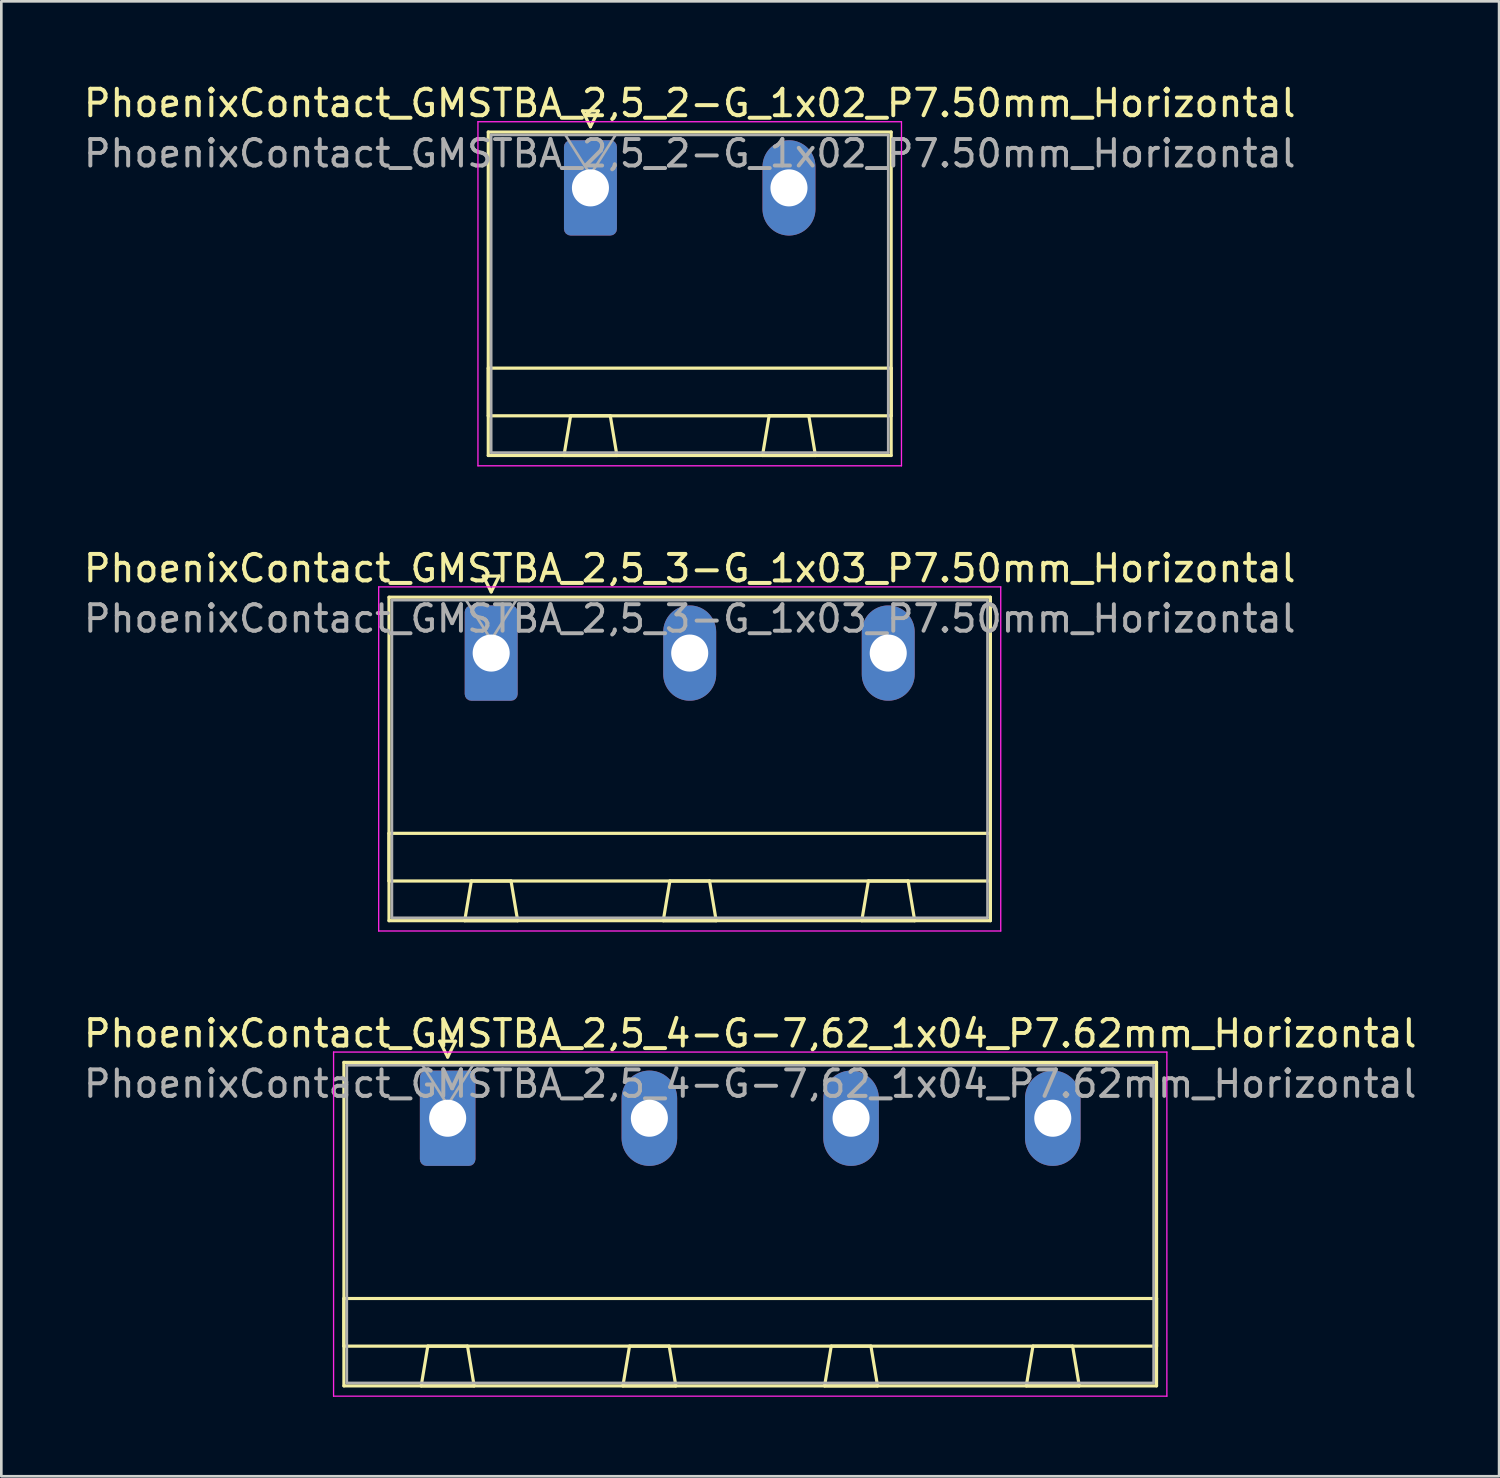
<source format=kicad_pcb>
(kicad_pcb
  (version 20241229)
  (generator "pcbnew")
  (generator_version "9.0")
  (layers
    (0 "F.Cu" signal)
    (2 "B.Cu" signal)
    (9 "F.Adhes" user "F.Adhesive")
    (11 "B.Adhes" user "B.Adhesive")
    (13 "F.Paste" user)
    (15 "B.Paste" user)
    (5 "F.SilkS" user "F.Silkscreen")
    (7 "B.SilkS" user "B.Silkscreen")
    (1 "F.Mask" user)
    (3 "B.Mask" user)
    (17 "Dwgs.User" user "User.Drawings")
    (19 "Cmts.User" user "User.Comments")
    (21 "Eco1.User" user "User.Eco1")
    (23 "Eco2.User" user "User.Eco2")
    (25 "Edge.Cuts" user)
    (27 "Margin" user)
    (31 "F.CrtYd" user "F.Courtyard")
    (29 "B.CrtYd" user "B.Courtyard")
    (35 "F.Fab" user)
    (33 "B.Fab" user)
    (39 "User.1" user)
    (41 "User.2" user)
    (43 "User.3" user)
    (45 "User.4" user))
  (footprint "PhoenixContact_GMSTBA_2,5_4-G-7,62_1x04_P7.62mm_Horizontal"
    (layer "F.Cu")
    (at 13.862 39.195)
    (property "Reference" "PhoenixContact_GMSTBA_2,5_4-G-7,62_1x04_P7.62mm_Horizontal" (at 11.43 -3.2 0) (layer "F.SilkS") (effects (font (size 1 1) (thickness 0.15))))
    (attr through_hole)
    (fp_line (start -3.92 -2.11) (end -3.92 10.11) (stroke (width 0.12) (type solid)) (layer "F.SilkS"))
    (fp_line (start -3.92 6.81) (end 26.78 6.81) (stroke (width 0.12) (type solid)) (layer "F.SilkS"))
    (fp_line (start -3.92 8.61) (end -3.92 6.81) (stroke (width 0.12) (type solid)) (layer "F.SilkS"))
    (fp_line (start -3.92 10.11) (end 26.78 10.11) (stroke (width 0.12) (type solid)) (layer "F.SilkS"))
    (fp_line (start -1 10.11) (end 1 10.11) (stroke (width 0.12) (type solid)) (layer "F.SilkS"))
    (fp_line (start -0.75 8.61) (end -1 10.11) (stroke (width 0.12) (type solid)) (layer "F.SilkS"))
    (fp_line (start -0.3 -2.91) (end 0.3 -2.91) (stroke (width 0.12) (type solid)) (layer "F.SilkS"))
    (fp_line (start 0 -2.31) (end -0.3 -2.91) (stroke (width 0.12) (type solid)) (layer "F.SilkS"))
    (fp_line (start 0.3 -2.91) (end 0 -2.31) (stroke (width 0.12) (type solid)) (layer "F.SilkS"))
    (fp_line (start 0.75 8.61) (end -0.75 8.61) (stroke (width 0.12) (type solid)) (layer "F.SilkS"))
    (fp_line (start 1 10.11) (end 0.75 8.61) (stroke (width 0.12) (type solid)) (layer "F.SilkS"))
    (fp_line (start 6.62 10.11) (end 8.62 10.11) (stroke (width 0.12) (type solid)) (layer "F.SilkS"))
    (fp_line (start 6.87 8.61) (end 6.62 10.11) (stroke (width 0.12) (type solid)) (layer "F.SilkS"))
    (fp_line (start 8.37 8.61) (end 6.87 8.61) (stroke (width 0.12) (type solid)) (layer "F.SilkS"))
    (fp_line (start 8.62 10.11) (end 8.37 8.61) (stroke (width 0.12) (type solid)) (layer "F.SilkS"))
    (fp_line (start 14.24 10.11) (end 16.24 10.11) (stroke (width 0.12) (type solid)) (layer "F.SilkS"))
    (fp_line (start 14.49 8.61) (end 14.24 10.11) (stroke (width 0.12) (type solid)) (layer "F.SilkS"))
    (fp_line (start 15.99 8.61) (end 14.49 8.61) (stroke (width 0.12) (type solid)) (layer "F.SilkS"))
    (fp_line (start 16.24 10.11) (end 15.99 8.61) (stroke (width 0.12) (type solid)) (layer "F.SilkS"))
    (fp_line (start 21.86 10.11) (end 23.86 10.11) (stroke (width 0.12) (type solid)) (layer "F.SilkS"))
    (fp_line (start 22.11 8.61) (end 21.86 10.11) (stroke (width 0.12) (type solid)) (layer "F.SilkS"))
    (fp_line (start 23.61 8.61) (end 22.11 8.61) (stroke (width 0.12) (type solid)) (layer "F.SilkS"))
    (fp_line (start 23.86 10.11) (end 23.61 8.61) (stroke (width 0.12) (type solid)) (layer "F.SilkS"))
    (fp_line (start 26.78 -2.11) (end -3.92 -2.11) (stroke (width 0.12) (type solid)) (layer "F.SilkS"))
    (fp_line (start 26.78 6.81) (end 26.78 8.61) (stroke (width 0.12) (type solid)) (layer "F.SilkS"))
    (fp_line (start 26.78 8.61) (end -3.92 8.61) (stroke (width 0.12) (type solid)) (layer "F.SilkS"))
    (fp_line (start 26.78 10.11) (end 26.78 -2.11) (stroke (width 0.12) (type solid)) (layer "F.SilkS"))
    (fp_line (start -4.31 -2.5) (end -4.31 10.5) (stroke (width 0.05) (type solid)) (layer "F.CrtYd"))
    (fp_line (start -4.31 10.5) (end 27.17 10.5) (stroke (width 0.05) (type solid)) (layer "F.CrtYd"))
    (fp_line (start 27.17 -2.5) (end -4.31 -2.5) (stroke (width 0.05) (type solid)) (layer "F.CrtYd"))
    (fp_line (start 27.17 10.5) (end 27.17 -2.5) (stroke (width 0.05) (type solid)) (layer "F.CrtYd"))
    (fp_line (start -3.81 -2) (end -3.81 10) (stroke (width 0.1) (type solid)) (layer "F.Fab"))
    (fp_line (start -3.81 10) (end 26.67 10) (stroke (width 0.1) (type solid)) (layer "F.Fab"))
    (fp_line (start 0 -0.5) (end -0.95 -2) (stroke (width 0.1) (type solid)) (layer "F.Fab"))
    (fp_line (start 0.95 -2) (end 0 -0.5) (stroke (width 0.1) (type solid)) (layer "F.Fab"))
    (fp_line (start 26.67 -2) (end -3.81 -2) (stroke (width 0.1) (type solid)) (layer "F.Fab"))
    (fp_line (start 26.67 10) (end 26.67 -2) (stroke (width 0.1) (type solid)) (layer "F.Fab"))
    (fp_text user "${REFERENCE}" (at 11.43 -1.3 0) (layer "F.Fab") (effects (font (size 1 1) (thickness 0.15))))
    (pad "1" thru_hole roundrect (at 0 0) (size 2.1 3.6) (drill 1.4) (layers "*.Cu" "*.Mask") (roundrect_rratio 0.119))
    (pad "2" thru_hole oval (at 7.62 0) (size 2.1 3.6) (drill 1.4) (layers "*.Cu" "*.Mask"))
    (pad "3" thru_hole oval (at 15.24 0) (size 2.1 3.6) (drill 1.4) (layers "*.Cu" "*.Mask"))
    (pad "4" thru_hole oval (at 22.86 0) (size 2.1 3.6) (drill 1.4) (layers "*.Cu" "*.Mask")))
  (footprint "PhoenixContact_GMSTBA_2,5_2-G_1x02_P7.50mm_Horizontal"
    (layer "F.Cu")
    (at 19.256 4.048)
    (property "Reference" "PhoenixContact_GMSTBA_2,5_2-G_1x02_P7.50mm_Horizontal" (at 3.75 -3.2 0) (layer "F.SilkS") (effects (font (size 1 1) (thickness 0.15))))
    (attr through_hole)
    (fp_line (start -3.86 -2.11) (end -3.86 10.11) (stroke (width 0.12) (type solid)) (layer "F.SilkS"))
    (fp_line (start -3.86 6.81) (end 11.36 6.81) (stroke (width 0.12) (type solid)) (layer "F.SilkS"))
    (fp_line (start -3.86 8.61) (end -3.86 6.81) (stroke (width 0.12) (type solid)) (layer "F.SilkS"))
    (fp_line (start -3.86 10.11) (end 11.36 10.11) (stroke (width 0.12) (type solid)) (layer "F.SilkS"))
    (fp_line (start -1 10.11) (end 1 10.11) (stroke (width 0.12) (type solid)) (layer "F.SilkS"))
    (fp_line (start -0.75 8.61) (end -1 10.11) (stroke (width 0.12) (type solid)) (layer "F.SilkS"))
    (fp_line (start -0.3 -2.91) (end 0.3 -2.91) (stroke (width 0.12) (type solid)) (layer "F.SilkS"))
    (fp_line (start 0 -2.31) (end -0.3 -2.91) (stroke (width 0.12) (type solid)) (layer "F.SilkS"))
    (fp_line (start 0.3 -2.91) (end 0 -2.31) (stroke (width 0.12) (type solid)) (layer "F.SilkS"))
    (fp_line (start 0.75 8.61) (end -0.75 8.61) (stroke (width 0.12) (type solid)) (layer "F.SilkS"))
    (fp_line (start 1 10.11) (end 0.75 8.61) (stroke (width 0.12) (type solid)) (layer "F.SilkS"))
    (fp_line (start 6.5 10.11) (end 8.5 10.11) (stroke (width 0.12) (type solid)) (layer "F.SilkS"))
    (fp_line (start 6.75 8.61) (end 6.5 10.11) (stroke (width 0.12) (type solid)) (layer "F.SilkS"))
    (fp_line (start 8.25 8.61) (end 6.75 8.61) (stroke (width 0.12) (type solid)) (layer "F.SilkS"))
    (fp_line (start 8.5 10.11) (end 8.25 8.61) (stroke (width 0.12) (type solid)) (layer "F.SilkS"))
    (fp_line (start 11.36 -2.11) (end -3.86 -2.11) (stroke (width 0.12) (type solid)) (layer "F.SilkS"))
    (fp_line (start 11.36 6.81) (end 11.36 8.61) (stroke (width 0.12) (type solid)) (layer "F.SilkS"))
    (fp_line (start 11.36 8.61) (end -3.86 8.61) (stroke (width 0.12) (type solid)) (layer "F.SilkS"))
    (fp_line (start 11.36 10.11) (end 11.36 -2.11) (stroke (width 0.12) (type solid)) (layer "F.SilkS"))
    (fp_line (start -4.25 -2.5) (end -4.25 10.5) (stroke (width 0.05) (type solid)) (layer "F.CrtYd"))
    (fp_line (start -4.25 10.5) (end 11.75 10.5) (stroke (width 0.05) (type solid)) (layer "F.CrtYd"))
    (fp_line (start 11.75 -2.5) (end -4.25 -2.5) (stroke (width 0.05) (type solid)) (layer "F.CrtYd"))
    (fp_line (start 11.75 10.5) (end 11.75 -2.5) (stroke (width 0.05) (type solid)) (layer "F.CrtYd"))
    (fp_line (start -3.75 -2) (end -3.75 10) (stroke (width 0.1) (type solid)) (layer "F.Fab"))
    (fp_line (start -3.75 10) (end 11.25 10) (stroke (width 0.1) (type solid)) (layer "F.Fab"))
    (fp_line (start 0 -0.5) (end -0.95 -2) (stroke (width 0.1) (type solid)) (layer "F.Fab"))
    (fp_line (start 0.95 -2) (end 0 -0.5) (stroke (width 0.1) (type solid)) (layer "F.Fab"))
    (fp_line (start 11.25 -2) (end -3.75 -2) (stroke (width 0.1) (type solid)) (layer "F.Fab"))
    (fp_line (start 11.25 10) (end 11.25 -2) (stroke (width 0.1) (type solid)) (layer "F.Fab"))
    (fp_text user "${REFERENCE}" (at 3.75 -1.3 0) (layer "F.Fab") (effects (font (size 1 1) (thickness 0.15))))
    (pad "1" thru_hole roundrect (at 0 0) (size 2 3.6) (drill 1.4) (layers "*.Cu" "*.Mask") (roundrect_rratio 0.125))
    (pad "2" thru_hole oval (at 7.5 0) (size 2 3.6) (drill 1.4) (layers "*.Cu" "*.Mask")))
  (footprint "PhoenixContact_GMSTBA_2,5_3-G_1x03_P7.50mm_Horizontal"
    (layer "F.Cu")
    (at 15.506 21.622)
    (property "Reference" "PhoenixContact_GMSTBA_2,5_3-G_1x03_P7.50mm_Horizontal" (at 7.5 -3.2 0) (layer "F.SilkS") (effects (font (size 1 1) (thickness 0.15))))
    (attr through_hole)
    (fp_line (start -3.86 -2.11) (end -3.86 10.11) (stroke (width 0.12) (type solid)) (layer "F.SilkS"))
    (fp_line (start -3.86 6.81) (end 18.86 6.81) (stroke (width 0.12) (type solid)) (layer "F.SilkS"))
    (fp_line (start -3.86 8.61) (end -3.86 6.81) (stroke (width 0.12) (type solid)) (layer "F.SilkS"))
    (fp_line (start -3.86 10.11) (end 18.86 10.11) (stroke (width 0.12) (type solid)) (layer "F.SilkS"))
    (fp_line (start -1 10.11) (end 1 10.11) (stroke (width 0.12) (type solid)) (layer "F.SilkS"))
    (fp_line (start -0.75 8.61) (end -1 10.11) (stroke (width 0.12) (type solid)) (layer "F.SilkS"))
    (fp_line (start -0.3 -2.91) (end 0.3 -2.91) (stroke (width 0.12) (type solid)) (layer "F.SilkS"))
    (fp_line (start 0 -2.31) (end -0.3 -2.91) (stroke (width 0.12) (type solid)) (layer "F.SilkS"))
    (fp_line (start 0.3 -2.91) (end 0 -2.31) (stroke (width 0.12) (type solid)) (layer "F.SilkS"))
    (fp_line (start 0.75 8.61) (end -0.75 8.61) (stroke (width 0.12) (type solid)) (layer "F.SilkS"))
    (fp_line (start 1 10.11) (end 0.75 8.61) (stroke (width 0.12) (type solid)) (layer "F.SilkS"))
    (fp_line (start 6.5 10.11) (end 8.5 10.11) (stroke (width 0.12) (type solid)) (layer "F.SilkS"))
    (fp_line (start 6.75 8.61) (end 6.5 10.11) (stroke (width 0.12) (type solid)) (layer "F.SilkS"))
    (fp_line (start 8.25 8.61) (end 6.75 8.61) (stroke (width 0.12) (type solid)) (layer "F.SilkS"))
    (fp_line (start 8.5 10.11) (end 8.25 8.61) (stroke (width 0.12) (type solid)) (layer "F.SilkS"))
    (fp_line (start 14 10.11) (end 16 10.11) (stroke (width 0.12) (type solid)) (layer "F.SilkS"))
    (fp_line (start 14.25 8.61) (end 14 10.11) (stroke (width 0.12) (type solid)) (layer "F.SilkS"))
    (fp_line (start 15.75 8.61) (end 14.25 8.61) (stroke (width 0.12) (type solid)) (layer "F.SilkS"))
    (fp_line (start 16 10.11) (end 15.75 8.61) (stroke (width 0.12) (type solid)) (layer "F.SilkS"))
    (fp_line (start 18.86 -2.11) (end -3.86 -2.11) (stroke (width 0.12) (type solid)) (layer "F.SilkS"))
    (fp_line (start 18.86 6.81) (end 18.86 8.61) (stroke (width 0.12) (type solid)) (layer "F.SilkS"))
    (fp_line (start 18.86 8.61) (end -3.86 8.61) (stroke (width 0.12) (type solid)) (layer "F.SilkS"))
    (fp_line (start 18.86 10.11) (end 18.86 -2.11) (stroke (width 0.12) (type solid)) (layer "F.SilkS"))
    (fp_line (start -4.25 -2.5) (end -4.25 10.5) (stroke (width 0.05) (type solid)) (layer "F.CrtYd"))
    (fp_line (start -4.25 10.5) (end 19.25 10.5) (stroke (width 0.05) (type solid)) (layer "F.CrtYd"))
    (fp_line (start 19.25 -2.5) (end -4.25 -2.5) (stroke (width 0.05) (type solid)) (layer "F.CrtYd"))
    (fp_line (start 19.25 10.5) (end 19.25 -2.5) (stroke (width 0.05) (type solid)) (layer "F.CrtYd"))
    (fp_line (start -3.75 -2) (end -3.75 10) (stroke (width 0.1) (type solid)) (layer "F.Fab"))
    (fp_line (start -3.75 10) (end 18.75 10) (stroke (width 0.1) (type solid)) (layer "F.Fab"))
    (fp_line (start 0 -0.5) (end -0.95 -2) (stroke (width 0.1) (type solid)) (layer "F.Fab"))
    (fp_line (start 0.95 -2) (end 0 -0.5) (stroke (width 0.1) (type solid)) (layer "F.Fab"))
    (fp_line (start 18.75 -2) (end -3.75 -2) (stroke (width 0.1) (type solid)) (layer "F.Fab"))
    (fp_line (start 18.75 10) (end 18.75 -2) (stroke (width 0.1) (type solid)) (layer "F.Fab"))
    (fp_text user "${REFERENCE}" (at 7.5 -1.3 0) (layer "F.Fab") (effects (font (size 1 1) (thickness 0.15))))
    (pad "1" thru_hole roundrect (at 0 0) (size 2 3.6) (drill 1.4) (layers "*.Cu" "*.Mask") (roundrect_rratio 0.125))
    (pad "2" thru_hole oval (at 7.5 0) (size 2 3.6) (drill 1.4) (layers "*.Cu" "*.Mask"))
    (pad "3" thru_hole oval (at 15 0) (size 2 3.6) (drill 1.4) (layers "*.Cu" "*.Mask")))
  (gr_rect
    (start -3 -3)
    (end 53.583 52.72)
    (stroke (width 0.1) (type default))
    (fill no)
    (layer "Edge.Cuts")))
</source>
